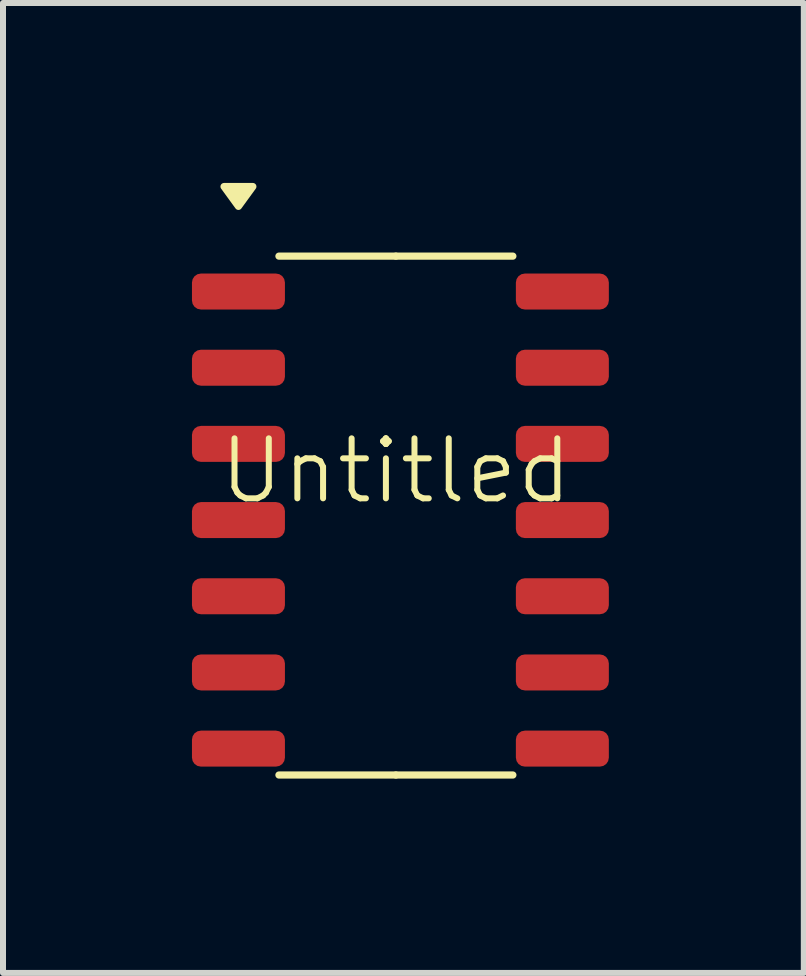
<source format=kicad_pcb>
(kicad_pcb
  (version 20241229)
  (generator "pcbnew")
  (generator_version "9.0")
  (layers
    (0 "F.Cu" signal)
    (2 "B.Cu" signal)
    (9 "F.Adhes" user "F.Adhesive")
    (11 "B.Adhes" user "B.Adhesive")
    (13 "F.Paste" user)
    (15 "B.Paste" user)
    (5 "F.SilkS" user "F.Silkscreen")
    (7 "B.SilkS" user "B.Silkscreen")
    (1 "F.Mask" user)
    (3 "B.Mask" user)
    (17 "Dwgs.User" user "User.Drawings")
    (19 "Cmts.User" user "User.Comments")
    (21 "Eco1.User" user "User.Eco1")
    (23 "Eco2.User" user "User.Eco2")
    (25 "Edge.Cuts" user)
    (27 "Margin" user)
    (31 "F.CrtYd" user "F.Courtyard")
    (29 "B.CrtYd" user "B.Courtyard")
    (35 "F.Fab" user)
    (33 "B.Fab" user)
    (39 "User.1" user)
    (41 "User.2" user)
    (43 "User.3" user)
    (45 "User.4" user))
  (footprint "Untitled"
    (layer "F.Cu")
    (at 3.55 5.62)
    (property "Reference" "Untitled" (at 0 -0.82 0) (unlocked yes) (layer "F.SilkS") (effects (font (size 1 1) (thickness 0.1))))
    (attr smd)
    (fp_line (start 0 -4.4) (end -1.95 -4.4) (stroke (width 0.12) (type solid)) (layer "F.SilkS"))
    (fp_line (start 0 -4.4) (end 1.95 -4.4) (stroke (width 0.12) (type solid)) (layer "F.SilkS"))
    (fp_line (start 0 4.25) (end -1.95 4.25) (stroke (width 0.12) (type solid)) (layer "F.SilkS"))
    (fp_line (start 0 4.25) (end 1.95 4.25) (stroke (width 0.12) (type solid)) (layer "F.SilkS"))
    (fp_poly (pts (xy -2.625 -5.23) (xy -2.865 -5.56) (xy -2.385 -5.56)) (stroke (width 0.12) (type solid)) (fill yes) (layer "F.SilkS"))
    (fp_line (start -3.5 -4.25) (end -2.25 -4.25) (stroke (width 0.1) (type default)) (layer "Margin"))
    (fp_line (start -3.5 4.25) (end -3.5 -4.25) (stroke (width 0.1) (type default)) (layer "Margin"))
    (fp_line (start -2.25 -4.75) (end 2.25 -4.75) (stroke (width 0.1) (type default)) (layer "Margin"))
    (fp_line (start -2.25 -4.25) (end -2.25 -4.75) (stroke (width 0.1) (type default)) (layer "Margin"))
    (fp_line (start -2.25 4.25) (end -3.5 4.25) (stroke (width 0.1) (type default)) (layer "Margin"))
    (fp_line (start -2.25 4.5) (end -2.25 4.25) (stroke (width 0.1) (type default)) (layer "Margin"))
    (fp_line (start 2.25 -4.75) (end 2.25 -4.25) (stroke (width 0.1) (type default)) (layer "Margin"))
    (fp_line (start 2.25 -4.25) (end 3.75 -4.25) (stroke (width 0.1) (type default)) (layer "Margin"))
    (fp_line (start 2.25 4.25) (end 2.25 4.5) (stroke (width 0.1) (type default)) (layer "Margin"))
    (fp_line (start 2.25 4.5) (end -2.25 4.5) (stroke (width 0.1) (type default)) (layer "Margin"))
    (fp_line (start 3.75 -4.25) (end 3.75 4.25) (stroke (width 0.1) (type default)) (layer "Margin"))
    (fp_line (start 3.75 4.25) (end 2.25 4.25) (stroke (width 0.1) (type default)) (layer "Margin"))
    (pad "1" smd roundrect (at -2.625 -3.81) (size 1.55 0.6) (layers "F.Cu" "F.Mask" "F.Paste") (roundrect_rratio 0.25))
    (pad "2" smd roundrect (at -2.625 -2.54) (size 1.55 0.6) (layers "F.Cu" "F.Mask" "F.Paste") (roundrect_rratio 0.25))
    (pad "3" smd roundrect (at -2.625 -1.27) (size 1.55 0.6) (layers "F.Cu" "F.Mask" "F.Paste") (roundrect_rratio 0.25))
    (pad "4" smd roundrect (at -2.625 0) (size 1.55 0.6) (layers "F.Cu" "F.Mask" "F.Paste") (roundrect_rratio 0.25))
    (pad "5" smd roundrect (at -2.625 1.27) (size 1.55 0.6) (layers "F.Cu" "F.Mask" "F.Paste") (roundrect_rratio 0.25))
    (pad "6" smd roundrect (at -2.625 2.54) (size 1.55 0.6) (layers "F.Cu" "F.Mask" "F.Paste") (roundrect_rratio 0.25))
    (pad "7" smd roundrect (at -2.625 3.81) (size 1.55 0.6) (layers "F.Cu" "F.Mask" "F.Paste") (roundrect_rratio 0.25))
    (pad "8" smd roundrect (at 2.775 3.81) (size 1.55 0.6) (layers "F.Cu" "F.Mask" "F.Paste") (roundrect_rratio 0.25))
    (pad "9" smd roundrect (at 2.775 2.54) (size 1.55 0.6) (layers "F.Cu" "F.Mask" "F.Paste") (roundrect_rratio 0.25))
    (pad "10" smd roundrect (at 2.775 1.27) (size 1.55 0.6) (layers "F.Cu" "F.Mask" "F.Paste") (roundrect_rratio 0.25))
    (pad "11" smd roundrect (at 2.775 0) (size 1.55 0.6) (layers "F.Cu" "F.Mask" "F.Paste") (roundrect_rratio 0.25))
    (pad "12" smd roundrect (at 2.775 -1.27) (size 1.55 0.6) (layers "F.Cu" "F.Mask" "F.Paste") (roundrect_rratio 0.25))
    (pad "13" smd roundrect (at 2.775 -2.54) (size 1.55 0.6) (layers "F.Cu" "F.Mask" "F.Paste") (roundrect_rratio 0.25))
    (pad "14" smd roundrect (at 2.775 -3.81) (size 1.55 0.6) (layers "F.Cu" "F.Mask" "F.Paste") (roundrect_rratio 0.25)))
  (gr_rect
    (start -3 -3)
    (end 10.35 13.17)
    (stroke (width 0.1) (type default))
    (fill no)
    (layer "Edge.Cuts")))
</source>
